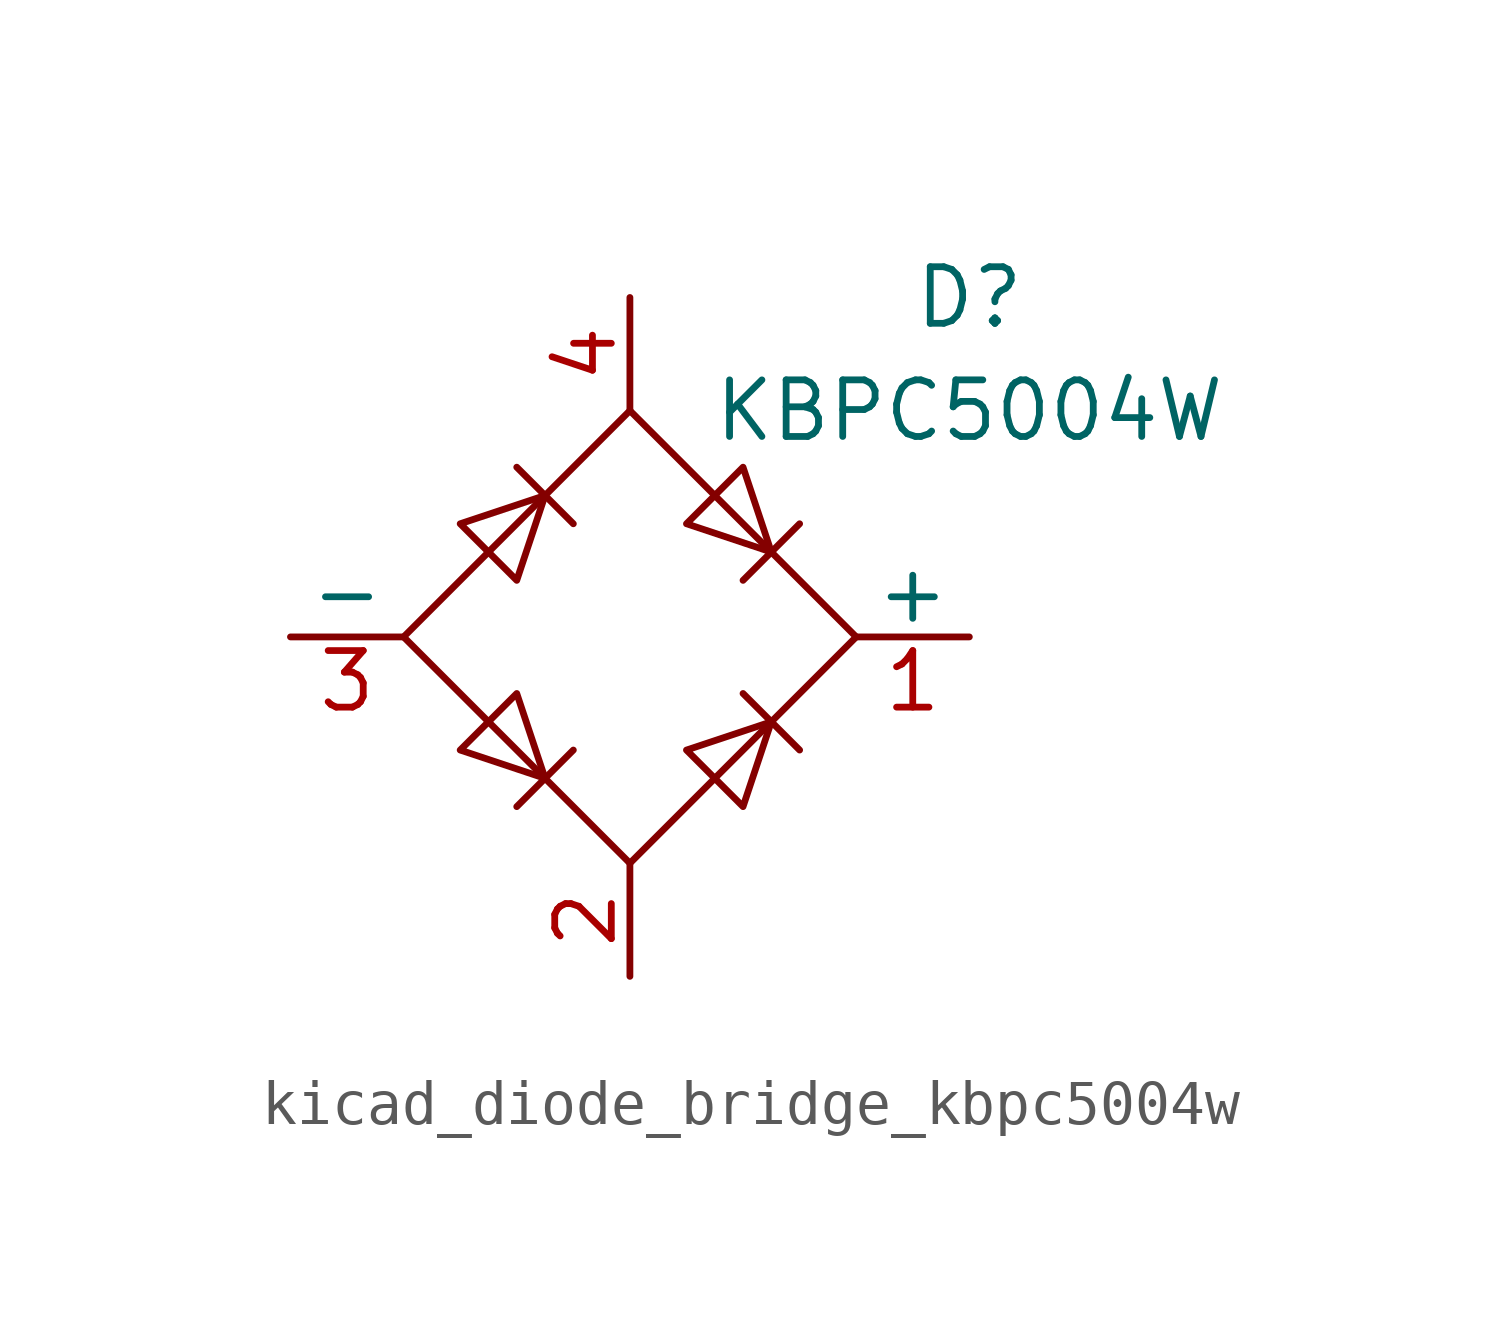
<source format=kicad_sym>
(kicad_symbol_lib
  (version 20220914)
  (generator kicad_symbol_editor)
  (symbol "kicad_diode_bridge_kbpc5004w"
    (pin_names
      (offset 0))
    (property "Reference" "D"
      (at 7.62 7.62 0)
      (effects (font (size 1.27 1.27))))
    (property "Value" "KBPC5004W"
      (at 7.62 5.08 0)
      (effects (font (size 1.27 1.27))))
    (symbol "kicad_diode_bridge_kbpc5004w_0_1"
      (polyline (pts (xy -2.54 3.81) (xy -1.27 2.54)) (stroke (width 0) (type default)) (fill (type none)))
      (polyline (pts (xy -1.27 -2.54) (xy -2.54 -3.81)) (stroke (width 0) (type default)) (fill (type none)))
      (polyline (pts (xy 2.54 -1.27) (xy 3.81 -2.54)) (stroke (width 0) (type default)) (fill (type none)))
      (polyline (pts (xy 2.54 1.27) (xy 3.81 2.54)) (stroke (width 0) (type default)) (fill (type none)))
      (polyline (pts (xy -3.81 2.54) (xy -2.54 1.27) (xy -1.905 3.175) (xy -3.81 2.54)) (stroke (width 0) (type default)) (fill (type none)))
      (polyline (pts (xy -2.54 -1.27) (xy -3.81 -2.54) (xy -1.905 -3.175) (xy -2.54 -1.27)) (stroke (width 0) (type default)) (fill (type none)))
      (polyline (pts (xy 1.27 2.54) (xy 2.54 3.81) (xy 3.175 1.905) (xy 1.27 2.54)) (stroke (width 0) (type default)) (fill (type none)))
      (polyline (pts (xy 3.175 -1.905) (xy 1.27 -2.54) (xy 2.54 -3.81) (xy 3.175 -1.905)) (stroke (width 0) (type default)) (fill (type none)))
      (polyline (pts (xy -5.08 0) (xy 0 -5.08) (xy 5.08 0) (xy 0 5.08) (xy -5.08 0)) (stroke (width 0) (type default)) (fill (type none))))
    (symbol "kicad_diode_bridge_kbpc5004w_1_1"
      (pin passive line (at 7.62 0 180) (length 2.54) (name "+" (effects (font (size 1.27 1.27)))) (number "1" (effects (font (size 1.27 1.27)))))
      (pin passive line (at 0 -7.62 90) (length 2.54) (name "~" (effects (font (size 1.27 1.27)))) (number "2" (effects (font (size 1.27 1.27)))))
      (pin passive line (at -7.62 0 0) (length 2.54) (name "-" (effects (font (size 1.27 1.27)))) (number "3" (effects (font (size 1.27 1.27)))))
      (pin passive line (at 0 7.62 270) (length 2.54) (name "~" (effects (font (size 1.27 1.27)))) (number "4" (effects (font (size 1.27 1.27))))))))
</source>
